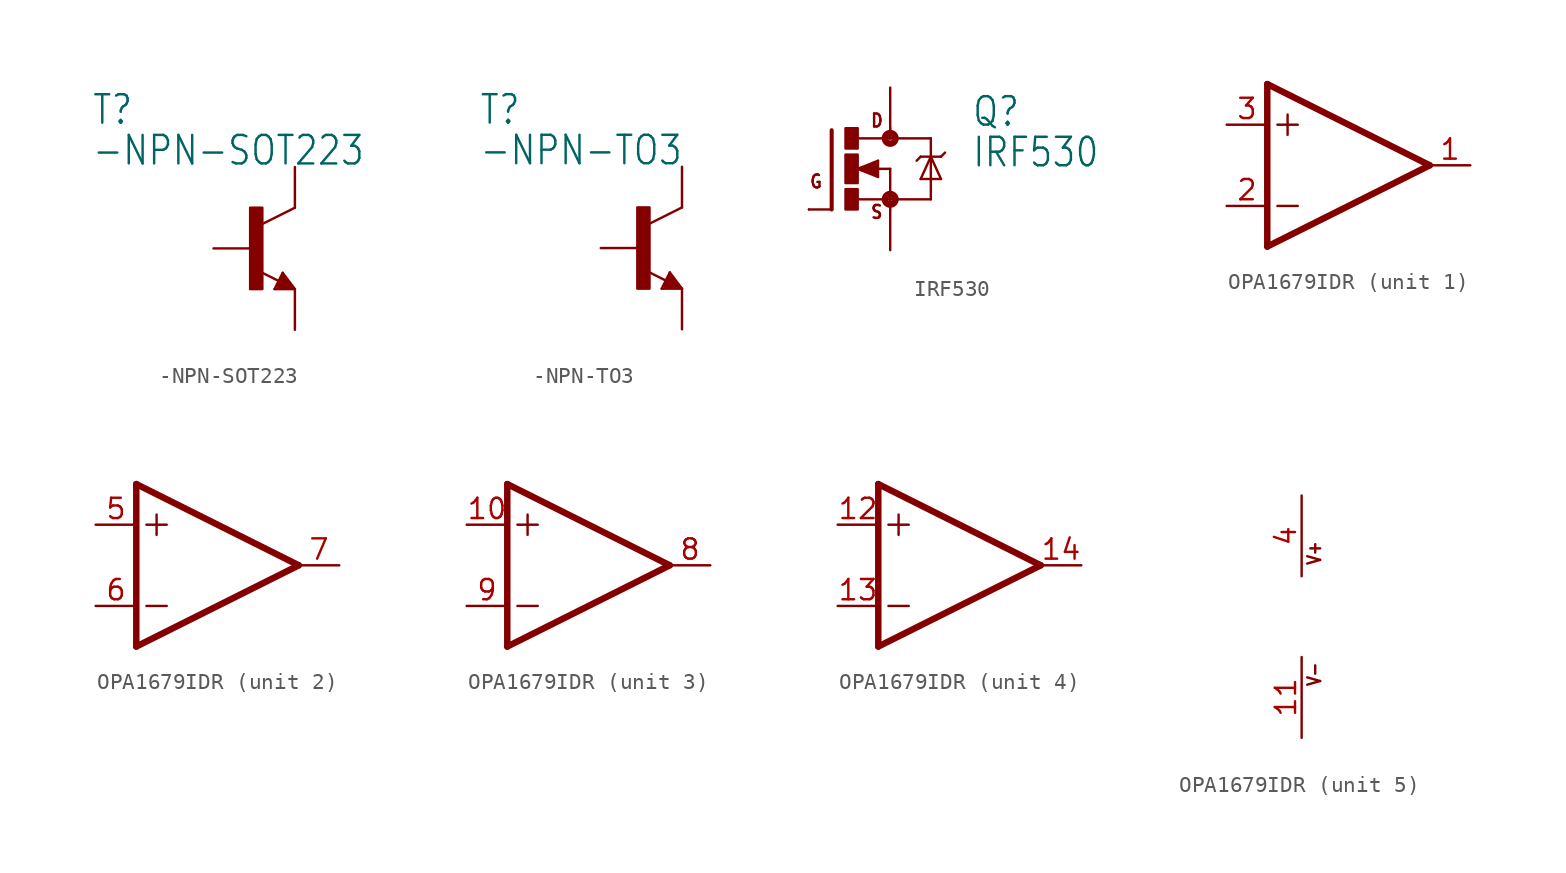
<source format=kicad_sym>
(kicad_symbol_lib
  (version 20211014)
  (generator kicad_symbol_editor)
  (symbol "-NPN-SOT223"
    (property "Reference" "T"
      (at -10.16 7.62 0)
      (effects (font (size 1.778 1.511)) (justify left bottom)))
    (property "Value" "-NPN-SOT223"
      (at -10.16 5.08 0)
      (effects (font (size 1.778 1.511)) (justify left bottom)))
    (property "ki_locked" ""
      (at 0 0 0)
      (effects (font (size 1.27 1.27))))
    (symbol "-NPN-SOT223_1_0"
      (rectangle (start -0.254 -2.54) (end 0.508 2.54) (stroke (width 0) (type default) (color 0 0 0 0)) (fill (type outline)))
      (polyline (pts (xy 1.27 -2.54) (xy 1.778 -1.524)) (stroke (width 0.152) (type default) (color 0 0 0 0)) (fill (type none)))
      (polyline (pts (xy 1.524 -2.413) (xy 2.286 -2.413)) (stroke (width 0.254) (type default) (color 0 0 0 0)) (fill (type none)))
      (polyline (pts (xy 1.524 -2.286) (xy 1.905 -2.286)) (stroke (width 0.254) (type default) (color 0 0 0 0)) (fill (type none)))
      (polyline (pts (xy 1.54 -2.04) (xy 0.308 -1.424)) (stroke (width 0.152) (type default) (color 0 0 0 0)) (fill (type none)))
      (polyline (pts (xy 1.778 -1.778) (xy 1.524 -2.286)) (stroke (width 0.254) (type default) (color 0 0 0 0)) (fill (type none)))
      (polyline (pts (xy 1.778 -1.524) (xy 2.54 -2.54)) (stroke (width 0.152) (type default) (color 0 0 0 0)) (fill (type none)))
      (polyline (pts (xy 1.905 -2.286) (xy 1.778 -2.032)) (stroke (width 0.254) (type default) (color 0 0 0 0)) (fill (type none)))
      (polyline (pts (xy 2.286 -2.413) (xy 1.778 -1.778)) (stroke (width 0.254) (type default) (color 0 0 0 0)) (fill (type none)))
      (polyline (pts (xy 2.54 -2.54) (xy 1.27 -2.54)) (stroke (width 0.152) (type default) (color 0 0 0 0)) (fill (type none)))
      (polyline (pts (xy 2.54 2.54) (xy 0.508 1.524)) (stroke (width 0.152) (type default) (color 0 0 0 0)) (fill (type none)))
      (pin passive line (at -2.54 0 0) (length 2.54) (name "B" (effects (font (size 0 0)))) (number "1" (effects (font (size 0 0)))))
      (pin passive line (at 2.54 -5.08 90) (length 2.54) (name "E" (effects (font (size 0 0)))) (number "3" (effects (font (size 0 0)))))
      (pin passive line (at 2.54 5.08 270) (length 2.54) (name "C" (effects (font (size 0 0)))) (number "4" (effects (font (size 0 0)))))))
  (symbol "-NPN-TO3"
    (property "Reference" "T"
      (at -10.16 7.62 0)
      (effects (font (size 1.778 1.511)) (justify left bottom)))
    (property "Value" "-NPN-TO3"
      (at -10.16 5.08 0)
      (effects (font (size 1.778 1.511)) (justify left bottom)))
    (property "ki_locked" ""
      (at 0 0 0)
      (effects (font (size 1.27 1.27))))
    (symbol "-NPN-TO3_1_0"
      (rectangle (start -0.254 -2.54) (end 0.508 2.54) (stroke (width 0) (type default) (color 0 0 0 0)) (fill (type outline)))
      (polyline (pts (xy 1.27 -2.54) (xy 1.778 -1.524)) (stroke (width 0.152) (type default) (color 0 0 0 0)) (fill (type none)))
      (polyline (pts (xy 1.524 -2.413) (xy 2.286 -2.413)) (stroke (width 0.254) (type default) (color 0 0 0 0)) (fill (type none)))
      (polyline (pts (xy 1.524 -2.286) (xy 1.905 -2.286)) (stroke (width 0.254) (type default) (color 0 0 0 0)) (fill (type none)))
      (polyline (pts (xy 1.54 -2.04) (xy 0.308 -1.424)) (stroke (width 0.152) (type default) (color 0 0 0 0)) (fill (type none)))
      (polyline (pts (xy 1.778 -1.778) (xy 1.524 -2.286)) (stroke (width 0.254) (type default) (color 0 0 0 0)) (fill (type none)))
      (polyline (pts (xy 1.778 -1.524) (xy 2.54 -2.54)) (stroke (width 0.152) (type default) (color 0 0 0 0)) (fill (type none)))
      (polyline (pts (xy 1.905 -2.286) (xy 1.778 -2.032)) (stroke (width 0.254) (type default) (color 0 0 0 0)) (fill (type none)))
      (polyline (pts (xy 2.286 -2.413) (xy 1.778 -1.778)) (stroke (width 0.254) (type default) (color 0 0 0 0)) (fill (type none)))
      (polyline (pts (xy 2.54 -2.54) (xy 1.27 -2.54)) (stroke (width 0.152) (type default) (color 0 0 0 0)) (fill (type none)))
      (polyline (pts (xy 2.54 2.54) (xy 0.508 1.524)) (stroke (width 0.152) (type default) (color 0 0 0 0)) (fill (type none)))
      (pin passive line (at -2.54 0 0) (length 2.54) (name "B" (effects (font (size 0 0)))) (number "B" (effects (font (size 0 0)))))
      (pin passive line (at 2.54 5.08 270) (length 2.54) (name "C" (effects (font (size 0 0)))) (number "C" (effects (font (size 0 0)))))
      (pin passive line (at 2.54 -5.08 90) (length 2.54) (name "E" (effects (font (size 0 0)))) (number "E" (effects (font (size 0 0)))))))
  (symbol "IRF530"
    (property "Reference" "Q"
      (at 7.62 2.54 0)
      (effects (font (size 1.778 1.511)) (justify left bottom)))
    (property "Value" "IRF530"
      (at 7.62 0 0)
      (effects (font (size 1.778 1.511)) (justify left bottom)))
    (property "ki_locked" ""
      (at 0 0 0)
      (effects (font (size 1.27 1.27))))
    (symbol "IRF530_1_0"
      (rectangle (start -0.254 -2.54) (end 0.508 -1.27) (stroke (width 0) (type default) (color 0 0 0 0)) (fill (type outline)))
      (rectangle (start -0.254 -0.889) (end 0.508 0.889) (stroke (width 0) (type default) (color 0 0 0 0)) (fill (type outline)))
      (rectangle (start -0.254 1.27) (end 0.508 2.54) (stroke (width 0) (type default) (color 0 0 0 0)) (fill (type outline)))
      (polyline (pts (xy -1.118 -2.54) (xy -2.54 -2.54)) (stroke (width 0.152) (type default) (color 0 0 0 0)) (fill (type none)))
      (polyline (pts (xy -1.118 2.413) (xy -1.118 -2.54)) (stroke (width 0.254) (type default) (color 0 0 0 0)) (fill (type none)))
      (polyline (pts (xy 0.508 -1.905) (xy 2.54 -1.905)) (stroke (width 0.152) (type default) (color 0 0 0 0)) (fill (type none)))
      (polyline (pts (xy 0.508 0) (xy 1.778 -0.508)) (stroke (width 0.152) (type default) (color 0 0 0 0)) (fill (type none)))
      (polyline (pts (xy 0.762 0) (xy 1.651 -0.254)) (stroke (width 0.305) (type default) (color 0 0 0 0)) (fill (type none)))
      (polyline (pts (xy 1.651 -0.254) (xy 1.651 0)) (stroke (width 0.305) (type default) (color 0 0 0 0)) (fill (type none)))
      (polyline (pts (xy 1.651 0) (xy 1.397 0)) (stroke (width 0.305) (type default) (color 0 0 0 0)) (fill (type none)))
      (polyline (pts (xy 1.651 0) (xy 2.54 0)) (stroke (width 0.152) (type default) (color 0 0 0 0)) (fill (type none)))
      (polyline (pts (xy 1.651 0.254) (xy 0.762 0)) (stroke (width 0.305) (type default) (color 0 0 0 0)) (fill (type none)))
      (polyline (pts (xy 1.778 -0.508) (xy 1.778 0.508)) (stroke (width 0.152) (type default) (color 0 0 0 0)) (fill (type none)))
      (polyline (pts (xy 1.778 0.508) (xy 0.508 0)) (stroke (width 0.152) (type default) (color 0 0 0 0)) (fill (type none)))
      (polyline (pts (xy 2.54 -1.905) (xy 2.54 -2.54)) (stroke (width 0.152) (type default) (color 0 0 0 0)) (fill (type none)))
      (polyline (pts (xy 2.54 0) (xy 2.54 -1.905)) (stroke (width 0.152) (type default) (color 0 0 0 0)) (fill (type none)))
      (polyline (pts (xy 2.54 1.905) (xy 0.533 1.905)) (stroke (width 0.152) (type default) (color 0 0 0 0)) (fill (type none)))
      (polyline (pts (xy 2.54 1.905) (xy 5.08 1.905)) (stroke (width 0.152) (type default) (color 0 0 0 0)) (fill (type none)))
      (polyline (pts (xy 2.54 2.54) (xy 2.54 1.905)) (stroke (width 0.152) (type default) (color 0 0 0 0)) (fill (type none)))
      (polyline (pts (xy 4.445 -0.635) (xy 5.715 -0.635)) (stroke (width 0.152) (type default) (color 0 0 0 0)) (fill (type none)))
      (polyline (pts (xy 4.445 0.762) (xy 4.191 0.508)) (stroke (width 0.152) (type default) (color 0 0 0 0)) (fill (type none)))
      (polyline (pts (xy 4.445 0.762) (xy 5.08 0.762)) (stroke (width 0.152) (type default) (color 0 0 0 0)) (fill (type none)))
      (polyline (pts (xy 5.08 -1.905) (xy 2.54 -1.905)) (stroke (width 0.152) (type default) (color 0 0 0 0)) (fill (type none)))
      (polyline (pts (xy 5.08 0.762) (xy 4.445 -0.635)) (stroke (width 0.152) (type default) (color 0 0 0 0)) (fill (type none)))
      (polyline (pts (xy 5.08 0.762) (xy 5.08 -1.905)) (stroke (width 0.152) (type default) (color 0 0 0 0)) (fill (type none)))
      (polyline (pts (xy 5.08 0.762) (xy 5.715 0.762)) (stroke (width 0.152) (type default) (color 0 0 0 0)) (fill (type none)))
      (polyline (pts (xy 5.08 1.905) (xy 5.08 0.762)) (stroke (width 0.152) (type default) (color 0 0 0 0)) (fill (type none)))
      (polyline (pts (xy 5.715 -0.635) (xy 5.08 0.762)) (stroke (width 0.152) (type default) (color 0 0 0 0)) (fill (type none)))
      (polyline (pts (xy 5.715 0.762) (xy 5.969 1.016)) (stroke (width 0.152) (type default) (color 0 0 0 0)) (fill (type none)))
      (circle (center 2.54 -1.905) (radius 0.127) (stroke (width 0.406) (type default) (color 0 0 0 0)) (fill (type none)))
      (circle (center 2.54 1.905) (radius 0.127) (stroke (width 0.406) (type default) (color 0 0 0 0)) (fill (type none)))
      (text "D" (at 1.27 2.54 0) (effects (font (size 0.813 0.691)) (justify left bottom)))
      (text "G" (at -2.54 -1.27 0) (effects (font (size 0.813 0.691)) (justify left bottom)))
      (text "S" (at 1.27 -3.175 0) (effects (font (size 0.813 0.691)) (justify left bottom)))
      (pin passive line (at 2.54 5.08 270) (length 2.54) (name "D" (effects (font (size 0 0)))) (number "D" (effects (font (size 0 0)))))
      (pin passive line (at -2.54 -2.54 0) (length 0) (name "G" (effects (font (size 0 0)))) (number "G" (effects (font (size 0 0)))))
      (pin passive line (at 2.54 -5.08 90) (length 2.54) (name "S" (effects (font (size 0 0)))) (number "S" (effects (font (size 0 0)))))))
  (symbol "OPA1679IDR"
    (property "Reference" ""
      (at 2.54 3.175 0)
      (effects (font (size 1.778 1.511)) (justify left bottom) hide))
    (property "ki_locked" ""
      (at 0 0 0)
      (effects (font (size 1.27 1.27))))
    (symbol "OPA1679IDR_1_0"
      (polyline (pts (xy -5.08 -5.08) (xy 5.08 0)) (stroke (width 0.406) (type default) (color 0 0 0 0)) (fill (type none)))
      (polyline (pts (xy -5.08 5.08) (xy -5.08 -5.08)) (stroke (width 0.406) (type default) (color 0 0 0 0)) (fill (type none)))
      (polyline (pts (xy -4.445 -2.54) (xy -3.175 -2.54)) (stroke (width 0.152) (type default) (color 0 0 0 0)) (fill (type none)))
      (polyline (pts (xy -4.445 2.54) (xy -3.175 2.54)) (stroke (width 0.152) (type default) (color 0 0 0 0)) (fill (type none)))
      (polyline (pts (xy -3.81 3.175) (xy -3.81 1.905)) (stroke (width 0.152) (type default) (color 0 0 0 0)) (fill (type none)))
      (polyline (pts (xy 5.08 0) (xy -5.08 5.08)) (stroke (width 0.406) (type default) (color 0 0 0 0)) (fill (type none)))
      (pin output line (at 7.62 0 180) (length 2.54) (name "OUT" (effects (font (size 0 0)))) (number "1" (effects (font (size 1.27 1.27)))))
      (pin input line (at -7.62 -2.54 0) (length 2.54) (name "-IN" (effects (font (size 0 0)))) (number "2" (effects (font (size 1.27 1.27)))))
      (pin input line (at -7.62 2.54 0) (length 2.54) (name "+IN" (effects (font (size 0 0)))) (number "3" (effects (font (size 1.27 1.27))))))
    (symbol "OPA1679IDR_2_0"
      (polyline (pts (xy -5.08 -5.08) (xy 5.08 0)) (stroke (width 0.406) (type default) (color 0 0 0 0)) (fill (type none)))
      (polyline (pts (xy -5.08 5.08) (xy -5.08 -5.08)) (stroke (width 0.406) (type default) (color 0 0 0 0)) (fill (type none)))
      (polyline (pts (xy -4.445 -2.54) (xy -3.175 -2.54)) (stroke (width 0.152) (type default) (color 0 0 0 0)) (fill (type none)))
      (polyline (pts (xy -4.445 2.54) (xy -3.175 2.54)) (stroke (width 0.152) (type default) (color 0 0 0 0)) (fill (type none)))
      (polyline (pts (xy -3.81 3.175) (xy -3.81 1.905)) (stroke (width 0.152) (type default) (color 0 0 0 0)) (fill (type none)))
      (polyline (pts (xy 5.08 0) (xy -5.08 5.08)) (stroke (width 0.406) (type default) (color 0 0 0 0)) (fill (type none)))
      (pin input line (at -7.62 2.54 0) (length 2.54) (name "+IN" (effects (font (size 0 0)))) (number "5" (effects (font (size 1.27 1.27)))))
      (pin input line (at -7.62 -2.54 0) (length 2.54) (name "-IN" (effects (font (size 0 0)))) (number "6" (effects (font (size 1.27 1.27)))))
      (pin output line (at 7.62 0 180) (length 2.54) (name "OUT" (effects (font (size 0 0)))) (number "7" (effects (font (size 1.27 1.27))))))
    (symbol "OPA1679IDR_3_0"
      (polyline (pts (xy -5.08 -5.08) (xy 5.08 0)) (stroke (width 0.406) (type default) (color 0 0 0 0)) (fill (type none)))
      (polyline (pts (xy -5.08 5.08) (xy -5.08 -5.08)) (stroke (width 0.406) (type default) (color 0 0 0 0)) (fill (type none)))
      (polyline (pts (xy -4.445 -2.54) (xy -3.175 -2.54)) (stroke (width 0.152) (type default) (color 0 0 0 0)) (fill (type none)))
      (polyline (pts (xy -4.445 2.54) (xy -3.175 2.54)) (stroke (width 0.152) (type default) (color 0 0 0 0)) (fill (type none)))
      (polyline (pts (xy -3.81 3.175) (xy -3.81 1.905)) (stroke (width 0.152) (type default) (color 0 0 0 0)) (fill (type none)))
      (polyline (pts (xy 5.08 0) (xy -5.08 5.08)) (stroke (width 0.406) (type default) (color 0 0 0 0)) (fill (type none)))
      (pin input line (at -7.62 2.54 0) (length 2.54) (name "+IN" (effects (font (size 0 0)))) (number "10" (effects (font (size 1.27 1.27)))))
      (pin output line (at 7.62 0 180) (length 2.54) (name "OUT" (effects (font (size 0 0)))) (number "8" (effects (font (size 1.27 1.27)))))
      (pin input line (at -7.62 -2.54 0) (length 2.54) (name "-IN" (effects (font (size 0 0)))) (number "9" (effects (font (size 1.27 1.27))))))
    (symbol "OPA1679IDR_4_0"
      (polyline (pts (xy -5.08 -5.08) (xy 5.08 0)) (stroke (width 0.406) (type default) (color 0 0 0 0)) (fill (type none)))
      (polyline (pts (xy -5.08 5.08) (xy -5.08 -5.08)) (stroke (width 0.406) (type default) (color 0 0 0 0)) (fill (type none)))
      (polyline (pts (xy -4.445 -2.54) (xy -3.175 -2.54)) (stroke (width 0.152) (type default) (color 0 0 0 0)) (fill (type none)))
      (polyline (pts (xy -4.445 2.54) (xy -3.175 2.54)) (stroke (width 0.152) (type default) (color 0 0 0 0)) (fill (type none)))
      (polyline (pts (xy -3.81 3.175) (xy -3.81 1.905)) (stroke (width 0.152) (type default) (color 0 0 0 0)) (fill (type none)))
      (polyline (pts (xy 5.08 0) (xy -5.08 5.08)) (stroke (width 0.406) (type default) (color 0 0 0 0)) (fill (type none)))
      (pin input line (at -7.62 2.54 0) (length 2.54) (name "+IN" (effects (font (size 0 0)))) (number "12" (effects (font (size 1.27 1.27)))))
      (pin input line (at -7.62 -2.54 0) (length 2.54) (name "-IN" (effects (font (size 0 0)))) (number "13" (effects (font (size 1.27 1.27)))))
      (pin output line (at 7.62 0 180) (length 2.54) (name "OUT" (effects (font (size 0 0)))) (number "14" (effects (font (size 1.27 1.27))))))
    (symbol "OPA1679IDR_5_0"
      (text "V+" (at 1.27 3.175 900) (effects (font (size 0.813 0.691)) (justify left bottom)))
      (text "V-" (at 1.27 -4.445 900) (effects (font (size 0.813 0.691)) (justify left bottom)))
      (pin power_in line (at 0 -7.62 90) (length 5.08) (name "V-" (effects (font (size 0 0)))) (number "11" (effects (font (size 1.27 1.27)))))
      (pin power_in line (at 0 7.62 270) (length 5.08) (name "V+" (effects (font (size 0 0)))) (number "4" (effects (font (size 1.27 1.27))))))))
</source>
